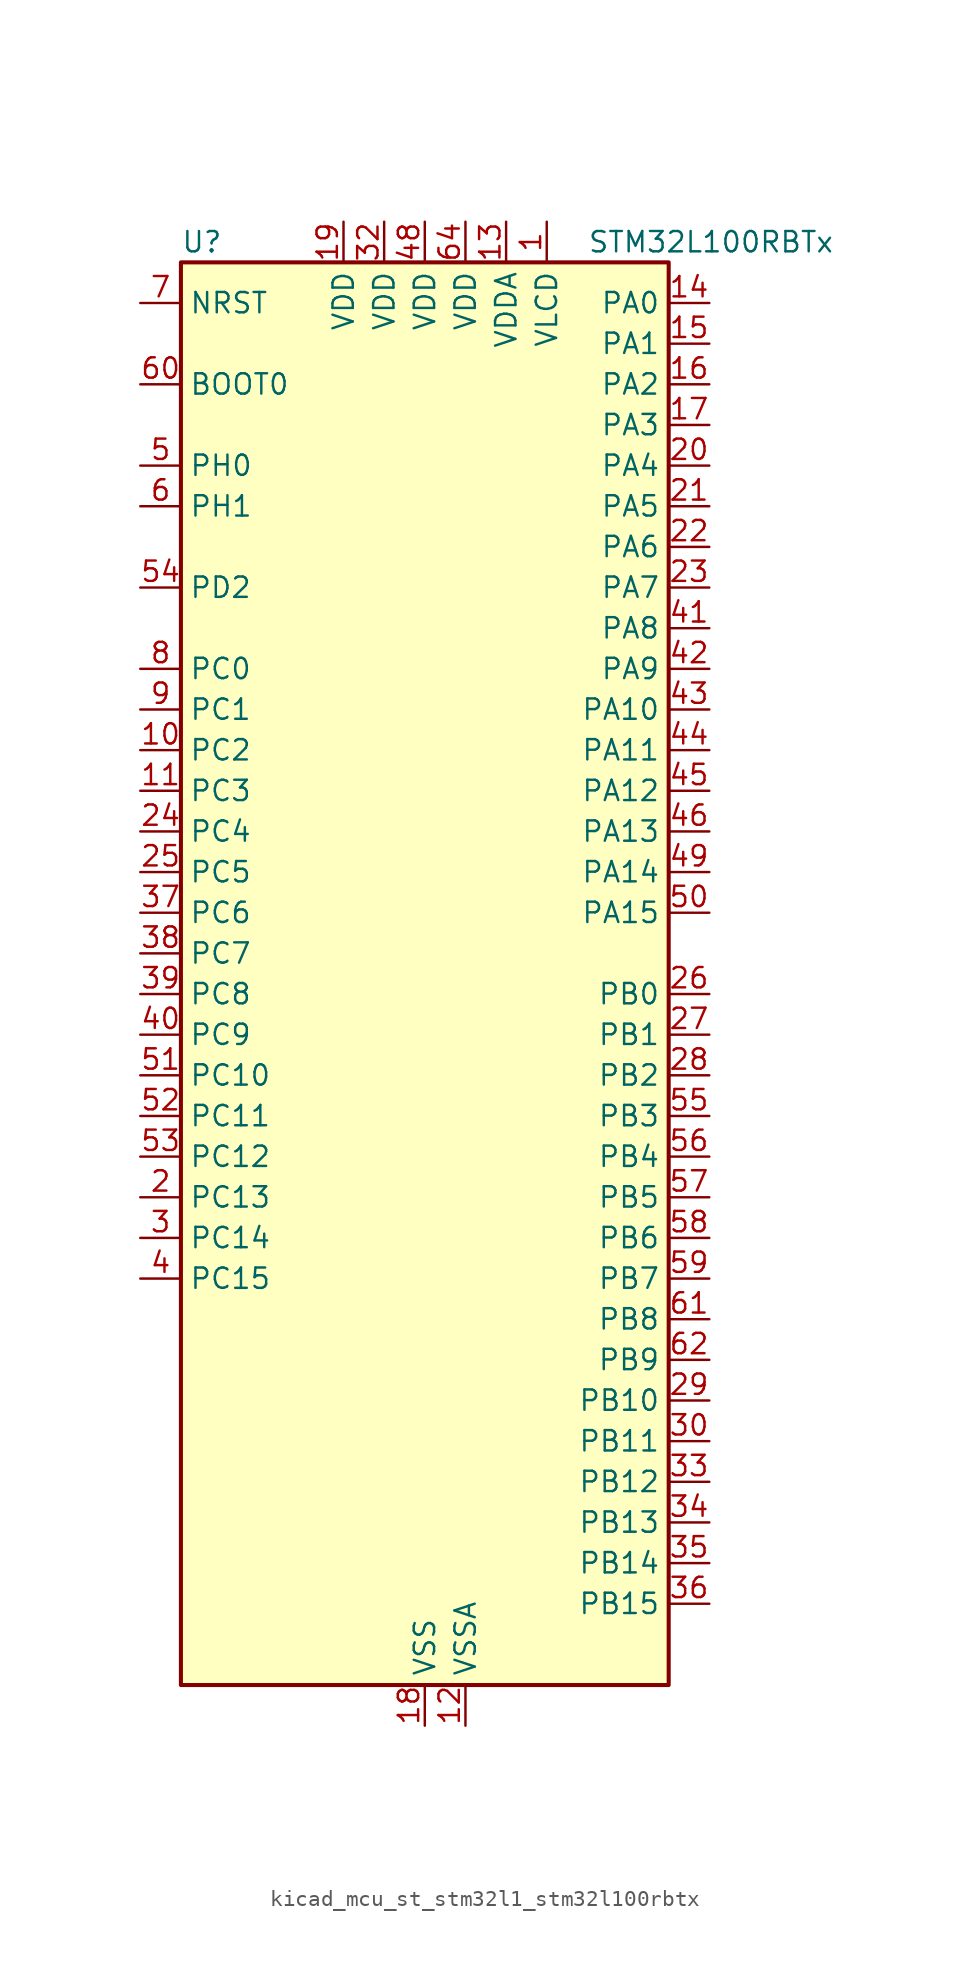
<source format=kicad_sym>
(kicad_symbol_lib
  (version 20220914)
  (generator kicad_symbol_editor)
  (symbol "kicad_mcu_st_stm32l1_stm32l100rbtx"
    (property "Reference" "U"
      (at -15.24 46.99 0)
      (effects (font (size 1.27 1.27)) (justify left)))
    (property "Value" "STM32L100RBTx"
      (at 10.16 46.99 0)
      (effects (font (size 1.27 1.27)) (justify left)))
    (property "ki_locked" ""
      (at 0 0 0)
      (effects (font (size 1.27 1.27))))
    (symbol "kicad_mcu_st_stm32l1_stm32l100rbtx_0_1"
      (rectangle (start -15.24 -43.18) (end 15.24 45.72) (stroke (width 0.254) (type default)) (fill (type background))))
    (symbol "kicad_mcu_st_stm32l1_stm32l100rbtx_1_1"
      (pin power_in line (at 7.62 48.26 270) (length 2.54) (name "VLCD" (effects (font (size 1.27 1.27)))) (number "1" (effects (font (size 1.27 1.27)))))
      (pin bidirectional line (at -17.78 15.24 0) (length 2.54) (name "PC2" (effects (font (size 1.27 1.27)))) (number "10" (effects (font (size 1.27 1.27)))) (alternate "ADC_IN12" bidirectional line) (alternate "COMP1_INP" bidirectional line) (alternate "LCD_SEG20" bidirectional line) (alternate "TIMX_IC3" bidirectional line))
      (pin bidirectional line (at -17.78 12.7 0) (length 2.54) (name "PC3" (effects (font (size 1.27 1.27)))) (number "11" (effects (font (size 1.27 1.27)))) (alternate "ADC_IN13" bidirectional line) (alternate "COMP1_INP" bidirectional line) (alternate "LCD_SEG21" bidirectional line) (alternate "TIMX_IC4" bidirectional line))
      (pin power_in line (at 2.54 -45.72 90) (length 2.54) (name "VSSA" (effects (font (size 1.27 1.27)))) (number "12" (effects (font (size 1.27 1.27)))))
      (pin power_in line (at 5.08 48.26 270) (length 2.54) (name "VDDA" (effects (font (size 1.27 1.27)))) (number "13" (effects (font (size 1.27 1.27)))))
      (pin bidirectional line (at 17.78 43.18 180) (length 2.54) (name "PA0" (effects (font (size 1.27 1.27)))) (number "14" (effects (font (size 1.27 1.27)))) (alternate "ADC_IN0" bidirectional line) (alternate "COMP1_INP" bidirectional line) (alternate "SYS_WKUP1" bidirectional line) (alternate "TIM2_CH1" bidirectional line) (alternate "TIM2_ETR" bidirectional line) (alternate "TIMX_IC1" bidirectional line) (alternate "USART2_CTS" bidirectional line))
      (pin bidirectional line (at 17.78 40.64 180) (length 2.54) (name "PA1" (effects (font (size 1.27 1.27)))) (number "15" (effects (font (size 1.27 1.27)))) (alternate "ADC_IN1" bidirectional line) (alternate "COMP1_INP" bidirectional line) (alternate "LCD_SEG0" bidirectional line) (alternate "TIM2_CH2" bidirectional line) (alternate "TIMX_IC2" bidirectional line) (alternate "USART2_RTS" bidirectional line))
      (pin bidirectional line (at 17.78 38.1 180) (length 2.54) (name "PA2" (effects (font (size 1.27 1.27)))) (number "16" (effects (font (size 1.27 1.27)))) (alternate "ADC_IN2" bidirectional line) (alternate "COMP1_INP" bidirectional line) (alternate "LCD_SEG1" bidirectional line) (alternate "TIM2_CH3" bidirectional line) (alternate "TIM9_CH1" bidirectional line) (alternate "TIMX_IC3" bidirectional line) (alternate "USART2_TX" bidirectional line))
      (pin bidirectional line (at 17.78 35.56 180) (length 2.54) (name "PA3" (effects (font (size 1.27 1.27)))) (number "17" (effects (font (size 1.27 1.27)))) (alternate "ADC_IN3" bidirectional line) (alternate "COMP1_INP" bidirectional line) (alternate "LCD_SEG2" bidirectional line) (alternate "TIM2_CH4" bidirectional line) (alternate "TIM9_CH2" bidirectional line) (alternate "TIMX_IC4" bidirectional line) (alternate "USART2_RX" bidirectional line))
      (pin power_in line (at 0 -45.72 90) (length 2.54) (name "VSS" (effects (font (size 1.27 1.27)))) (number "18" (effects (font (size 1.27 1.27)))))
      (pin power_in line (at -5.08 48.26 270) (length 2.54) (name "VDD" (effects (font (size 1.27 1.27)))) (number "19" (effects (font (size 1.27 1.27)))))
      (pin bidirectional line (at -17.78 -12.7 0) (length 2.54) (name "PC13" (effects (font (size 1.27 1.27)))) (number "2" (effects (font (size 1.27 1.27)))) (alternate "RTC_OUT_ALARM" bidirectional line) (alternate "RTC_OUT_CALIB" bidirectional line) (alternate "RTC_TAMP1" bidirectional line) (alternate "RTC_TS" bidirectional line) (alternate "SYS_WKUP2" bidirectional line) (alternate "TIMX_IC2" bidirectional line))
      (pin bidirectional line (at 17.78 33.02 180) (length 2.54) (name "PA4" (effects (font (size 1.27 1.27)))) (number "20" (effects (font (size 1.27 1.27)))) (alternate "ADC_IN4" bidirectional line) (alternate "COMP1_INP" bidirectional line) (alternate "DAC_OUT1" bidirectional line) (alternate "SPI1_NSS" bidirectional line) (alternate "TIMX_IC1" bidirectional line) (alternate "USART2_CK" bidirectional line))
      (pin bidirectional line (at 17.78 30.48 180) (length 2.54) (name "PA5" (effects (font (size 1.27 1.27)))) (number "21" (effects (font (size 1.27 1.27)))) (alternate "ADC_IN5" bidirectional line) (alternate "COMP1_INP" bidirectional line) (alternate "DAC_OUT2" bidirectional line) (alternate "SPI1_SCK" bidirectional line) (alternate "TIM2_CH1" bidirectional line) (alternate "TIM2_ETR" bidirectional line) (alternate "TIMX_IC2" bidirectional line))
      (pin bidirectional line (at 17.78 27.94 180) (length 2.54) (name "PA6" (effects (font (size 1.27 1.27)))) (number "22" (effects (font (size 1.27 1.27)))) (alternate "ADC_IN6" bidirectional line) (alternate "COMP1_INP" bidirectional line) (alternate "LCD_SEG3" bidirectional line) (alternate "SPI1_MISO" bidirectional line) (alternate "TIM10_CH1" bidirectional line) (alternate "TIM3_CH1" bidirectional line) (alternate "TIMX_IC3" bidirectional line))
      (pin bidirectional line (at 17.78 25.4 180) (length 2.54) (name "PA7" (effects (font (size 1.27 1.27)))) (number "23" (effects (font (size 1.27 1.27)))) (alternate "ADC_IN7" bidirectional line) (alternate "COMP1_INP" bidirectional line) (alternate "LCD_SEG4" bidirectional line) (alternate "SPI1_MOSI" bidirectional line) (alternate "TIM11_CH1" bidirectional line) (alternate "TIM3_CH2" bidirectional line) (alternate "TIMX_IC4" bidirectional line))
      (pin bidirectional line (at -17.78 10.16 0) (length 2.54) (name "PC4" (effects (font (size 1.27 1.27)))) (number "24" (effects (font (size 1.27 1.27)))) (alternate "ADC_IN14" bidirectional line) (alternate "COMP1_INP" bidirectional line) (alternate "LCD_SEG22" bidirectional line) (alternate "TIMX_IC1" bidirectional line))
      (pin bidirectional line (at -17.78 7.62 0) (length 2.54) (name "PC5" (effects (font (size 1.27 1.27)))) (number "25" (effects (font (size 1.27 1.27)))) (alternate "ADC_IN15" bidirectional line) (alternate "COMP1_INP" bidirectional line) (alternate "LCD_SEG23" bidirectional line) (alternate "TIMX_IC2" bidirectional line))
      (pin bidirectional line (at 17.78 0 180) (length 2.54) (name "PB0" (effects (font (size 1.27 1.27)))) (number "26" (effects (font (size 1.27 1.27)))) (alternate "ADC_IN8" bidirectional line) (alternate "COMP1_INP" bidirectional line) (alternate "LCD_SEG5" bidirectional line) (alternate "SYS_V_REF_OUT" bidirectional line) (alternate "TIM3_CH3" bidirectional line))
      (pin bidirectional line (at 17.78 -2.54 180) (length 2.54) (name "PB1" (effects (font (size 1.27 1.27)))) (number "27" (effects (font (size 1.27 1.27)))) (alternate "ADC_IN9" bidirectional line) (alternate "COMP1_INP" bidirectional line) (alternate "LCD_SEG6" bidirectional line) (alternate "SYS_V_REF_OUT" bidirectional line) (alternate "TIM3_CH4" bidirectional line))
      (pin bidirectional line (at 17.78 -5.08 180) (length 2.54) (name "PB2" (effects (font (size 1.27 1.27)))) (number "28" (effects (font (size 1.27 1.27)))))
      (pin bidirectional line (at 17.78 -25.4 180) (length 2.54) (name "PB10" (effects (font (size 1.27 1.27)))) (number "29" (effects (font (size 1.27 1.27)))) (alternate "I2C2_SCL" bidirectional line) (alternate "LCD_SEG10" bidirectional line) (alternate "TIM2_CH3" bidirectional line) (alternate "USART3_TX" bidirectional line))
      (pin bidirectional line (at -17.78 -15.24 0) (length 2.54) (name "PC14" (effects (font (size 1.27 1.27)))) (number "3" (effects (font (size 1.27 1.27)))) (alternate "RCC_OSC32_IN" bidirectional line) (alternate "TIMX_IC3" bidirectional line))
      (pin bidirectional line (at 17.78 -27.94 180) (length 2.54) (name "PB11" (effects (font (size 1.27 1.27)))) (number "30" (effects (font (size 1.27 1.27)))) (alternate "ADC_EXTI11" bidirectional line) (alternate "I2C2_SDA" bidirectional line) (alternate "LCD_SEG11" bidirectional line) (alternate "TIM2_CH4" bidirectional line) (alternate "USART3_RX" bidirectional line))
      (pin passive line (at 0 -45.72 90) (length 2.54) hide (name "VSS" (effects (font (size 1.27 1.27)))) (number "31" (effects (font (size 1.27 1.27)))))
      (pin power_in line (at -2.54 48.26 270) (length 2.54) (name "VDD" (effects (font (size 1.27 1.27)))) (number "32" (effects (font (size 1.27 1.27)))))
      (pin bidirectional line (at 17.78 -30.48 180) (length 2.54) (name "PB12" (effects (font (size 1.27 1.27)))) (number "33" (effects (font (size 1.27 1.27)))) (alternate "ADC_IN18" bidirectional line) (alternate "COMP1_INP" bidirectional line) (alternate "I2C2_SMBA" bidirectional line) (alternate "LCD_SEG12" bidirectional line) (alternate "SPI2_NSS" bidirectional line) (alternate "TIM10_CH1" bidirectional line) (alternate "USART3_CK" bidirectional line))
      (pin bidirectional line (at 17.78 -33.02 180) (length 2.54) (name "PB13" (effects (font (size 1.27 1.27)))) (number "34" (effects (font (size 1.27 1.27)))) (alternate "ADC_IN19" bidirectional line) (alternate "COMP1_INP" bidirectional line) (alternate "LCD_SEG13" bidirectional line) (alternate "SPI2_SCK" bidirectional line) (alternate "TIM9_CH1" bidirectional line) (alternate "USART3_CTS" bidirectional line))
      (pin bidirectional line (at 17.78 -35.56 180) (length 2.54) (name "PB14" (effects (font (size 1.27 1.27)))) (number "35" (effects (font (size 1.27 1.27)))) (alternate "ADC_IN20" bidirectional line) (alternate "COMP1_INP" bidirectional line) (alternate "LCD_SEG14" bidirectional line) (alternate "SPI2_MISO" bidirectional line) (alternate "TIM9_CH2" bidirectional line) (alternate "USART3_RTS" bidirectional line))
      (pin bidirectional line (at 17.78 -38.1 180) (length 2.54) (name "PB15" (effects (font (size 1.27 1.27)))) (number "36" (effects (font (size 1.27 1.27)))) (alternate "ADC_EXTI15" bidirectional line) (alternate "ADC_IN21" bidirectional line) (alternate "COMP1_INP" bidirectional line) (alternate "LCD_SEG15" bidirectional line) (alternate "RTC_REFIN" bidirectional line) (alternate "SPI2_MOSI" bidirectional line) (alternate "TIM11_CH1" bidirectional line))
      (pin bidirectional line (at -17.78 5.08 0) (length 2.54) (name "PC6" (effects (font (size 1.27 1.27)))) (number "37" (effects (font (size 1.27 1.27)))) (alternate "LCD_SEG24" bidirectional line) (alternate "TIM3_CH1" bidirectional line) (alternate "TIMX_IC3" bidirectional line))
      (pin bidirectional line (at -17.78 2.54 0) (length 2.54) (name "PC7" (effects (font (size 1.27 1.27)))) (number "38" (effects (font (size 1.27 1.27)))) (alternate "LCD_SEG25" bidirectional line) (alternate "TIM3_CH2" bidirectional line) (alternate "TIMX_IC4" bidirectional line))
      (pin bidirectional line (at -17.78 0 0) (length 2.54) (name "PC8" (effects (font (size 1.27 1.27)))) (number "39" (effects (font (size 1.27 1.27)))) (alternate "LCD_SEG26" bidirectional line) (alternate "TIM3_CH3" bidirectional line) (alternate "TIMX_IC1" bidirectional line))
      (pin bidirectional line (at -17.78 -17.78 0) (length 2.54) (name "PC15" (effects (font (size 1.27 1.27)))) (number "4" (effects (font (size 1.27 1.27)))) (alternate "ADC_EXTI15" bidirectional line) (alternate "RCC_OSC32_OUT" bidirectional line) (alternate "TIMX_IC4" bidirectional line))
      (pin bidirectional line (at -17.78 -2.54 0) (length 2.54) (name "PC9" (effects (font (size 1.27 1.27)))) (number "40" (effects (font (size 1.27 1.27)))) (alternate "DAC_EXTI9" bidirectional line) (alternate "LCD_SEG27" bidirectional line) (alternate "TIM3_CH4" bidirectional line) (alternate "TIMX_IC2" bidirectional line))
      (pin bidirectional line (at 17.78 22.86 180) (length 2.54) (name "PA8" (effects (font (size 1.27 1.27)))) (number "41" (effects (font (size 1.27 1.27)))) (alternate "LCD_COM0" bidirectional line) (alternate "RCC_MCO" bidirectional line) (alternate "TIMX_IC1" bidirectional line) (alternate "USART1_CK" bidirectional line))
      (pin bidirectional line (at 17.78 20.32 180) (length 2.54) (name "PA9" (effects (font (size 1.27 1.27)))) (number "42" (effects (font (size 1.27 1.27)))) (alternate "DAC_EXTI9" bidirectional line) (alternate "LCD_COM1" bidirectional line) (alternate "TIMX_IC2" bidirectional line) (alternate "USART1_TX" bidirectional line))
      (pin bidirectional line (at 17.78 17.78 180) (length 2.54) (name "PA10" (effects (font (size 1.27 1.27)))) (number "43" (effects (font (size 1.27 1.27)))) (alternate "LCD_COM2" bidirectional line) (alternate "TIMX_IC3" bidirectional line) (alternate "USART1_RX" bidirectional line))
      (pin bidirectional line (at 17.78 15.24 180) (length 2.54) (name "PA11" (effects (font (size 1.27 1.27)))) (number "44" (effects (font (size 1.27 1.27)))) (alternate "ADC_EXTI11" bidirectional line) (alternate "SPI1_MISO" bidirectional line) (alternate "TIMX_IC4" bidirectional line) (alternate "USART1_CTS" bidirectional line) (alternate "USB_DM" bidirectional line))
      (pin bidirectional line (at 17.78 12.7 180) (length 2.54) (name "PA12" (effects (font (size 1.27 1.27)))) (number "45" (effects (font (size 1.27 1.27)))) (alternate "SPI1_MOSI" bidirectional line) (alternate "TIMX_IC1" bidirectional line) (alternate "USART1_RTS" bidirectional line) (alternate "USB_DP" bidirectional line))
      (pin bidirectional line (at 17.78 10.16 180) (length 2.54) (name "PA13" (effects (font (size 1.27 1.27)))) (number "46" (effects (font (size 1.27 1.27)))) (alternate "SYS_JTMS-SWDIO" bidirectional line) (alternate "TIMX_IC2" bidirectional line))
      (pin passive line (at 0 -45.72 90) (length 2.54) hide (name "VSS" (effects (font (size 1.27 1.27)))) (number "47" (effects (font (size 1.27 1.27)))))
      (pin power_in line (at 0 48.26 270) (length 2.54) (name "VDD" (effects (font (size 1.27 1.27)))) (number "48" (effects (font (size 1.27 1.27)))))
      (pin bidirectional line (at 17.78 7.62 180) (length 2.54) (name "PA14" (effects (font (size 1.27 1.27)))) (number "49" (effects (font (size 1.27 1.27)))) (alternate "SYS_JTCK-SWCLK" bidirectional line) (alternate "TIMX_IC3" bidirectional line))
      (pin bidirectional line (at -17.78 33.02 0) (length 2.54) (name "PH0" (effects (font (size 1.27 1.27)))) (number "5" (effects (font (size 1.27 1.27)))) (alternate "RCC_OSC_IN" bidirectional line))
      (pin bidirectional line (at 17.78 5.08 180) (length 2.54) (name "PA15" (effects (font (size 1.27 1.27)))) (number "50" (effects (font (size 1.27 1.27)))) (alternate "ADC_EXTI15" bidirectional line) (alternate "LCD_SEG17" bidirectional line) (alternate "SPI1_NSS" bidirectional line) (alternate "SYS_JTDI" bidirectional line) (alternate "TIM2_CH1" bidirectional line) (alternate "TIM2_ETR" bidirectional line) (alternate "TIMX_IC4" bidirectional line))
      (pin bidirectional line (at -17.78 -5.08 0) (length 2.54) (name "PC10" (effects (font (size 1.27 1.27)))) (number "51" (effects (font (size 1.27 1.27)))) (alternate "LCD_COM4" bidirectional line) (alternate "LCD_SEG28" bidirectional line) (alternate "TIMX_IC3" bidirectional line) (alternate "USART3_TX" bidirectional line))
      (pin bidirectional line (at -17.78 -7.62 0) (length 2.54) (name "PC11" (effects (font (size 1.27 1.27)))) (number "52" (effects (font (size 1.27 1.27)))) (alternate "ADC_EXTI11" bidirectional line) (alternate "LCD_COM5" bidirectional line) (alternate "LCD_SEG29" bidirectional line) (alternate "TIMX_IC4" bidirectional line) (alternate "USART3_RX" bidirectional line))
      (pin bidirectional line (at -17.78 -10.16 0) (length 2.54) (name "PC12" (effects (font (size 1.27 1.27)))) (number "53" (effects (font (size 1.27 1.27)))) (alternate "LCD_COM6" bidirectional line) (alternate "LCD_SEG30" bidirectional line) (alternate "TIMX_IC1" bidirectional line) (alternate "USART3_CK" bidirectional line))
      (pin bidirectional line (at -17.78 25.4 0) (length 2.54) (name "PD2" (effects (font (size 1.27 1.27)))) (number "54" (effects (font (size 1.27 1.27)))) (alternate "LCD_COM7" bidirectional line) (alternate "LCD_SEG31" bidirectional line) (alternate "TIM3_ETR" bidirectional line) (alternate "TIMX_IC3" bidirectional line))
      (pin bidirectional line (at 17.78 -7.62 180) (length 2.54) (name "PB3" (effects (font (size 1.27 1.27)))) (number "55" (effects (font (size 1.27 1.27)))) (alternate "COMP2_INM" bidirectional line) (alternate "LCD_SEG7" bidirectional line) (alternate "SPI1_SCK" bidirectional line) (alternate "SYS_JTDO-TRACESWO" bidirectional line) (alternate "TIM2_CH2" bidirectional line))
      (pin bidirectional line (at 17.78 -10.16 180) (length 2.54) (name "PB4" (effects (font (size 1.27 1.27)))) (number "56" (effects (font (size 1.27 1.27)))) (alternate "COMP2_INP" bidirectional line) (alternate "LCD_SEG8" bidirectional line) (alternate "SPI1_MISO" bidirectional line) (alternate "SYS_JTRST" bidirectional line) (alternate "TIM3_CH1" bidirectional line))
      (pin bidirectional line (at 17.78 -12.7 180) (length 2.54) (name "PB5" (effects (font (size 1.27 1.27)))) (number "57" (effects (font (size 1.27 1.27)))) (alternate "COMP2_INP" bidirectional line) (alternate "I2C1_SMBA" bidirectional line) (alternate "LCD_SEG9" bidirectional line) (alternate "SPI1_MOSI" bidirectional line) (alternate "TIM3_CH2" bidirectional line))
      (pin bidirectional line (at 17.78 -15.24 180) (length 2.54) (name "PB6" (effects (font (size 1.27 1.27)))) (number "58" (effects (font (size 1.27 1.27)))) (alternate "I2C1_SCL" bidirectional line) (alternate "TIM4_CH1" bidirectional line) (alternate "USART1_TX" bidirectional line))
      (pin bidirectional line (at 17.78 -17.78 180) (length 2.54) (name "PB7" (effects (font (size 1.27 1.27)))) (number "59" (effects (font (size 1.27 1.27)))) (alternate "I2C1_SDA" bidirectional line) (alternate "SYS_PVD_IN" bidirectional line) (alternate "TIM4_CH2" bidirectional line) (alternate "USART1_RX" bidirectional line))
      (pin bidirectional line (at -17.78 30.48 0) (length 2.54) (name "PH1" (effects (font (size 1.27 1.27)))) (number "6" (effects (font (size 1.27 1.27)))) (alternate "RCC_OSC_OUT" bidirectional line))
      (pin input line (at -17.78 38.1 0) (length 2.54) (name "BOOT0" (effects (font (size 1.27 1.27)))) (number "60" (effects (font (size 1.27 1.27)))))
      (pin bidirectional line (at 17.78 -20.32 180) (length 2.54) (name "PB8" (effects (font (size 1.27 1.27)))) (number "61" (effects (font (size 1.27 1.27)))) (alternate "I2C1_SCL" bidirectional line) (alternate "LCD_SEG16" bidirectional line) (alternate "TIM10_CH1" bidirectional line) (alternate "TIM4_CH3" bidirectional line))
      (pin bidirectional line (at 17.78 -22.86 180) (length 2.54) (name "PB9" (effects (font (size 1.27 1.27)))) (number "62" (effects (font (size 1.27 1.27)))) (alternate "DAC_EXTI9" bidirectional line) (alternate "I2C1_SDA" bidirectional line) (alternate "LCD_COM3" bidirectional line) (alternate "TIM11_CH1" bidirectional line) (alternate "TIM4_CH4" bidirectional line))
      (pin passive line (at 0 -45.72 90) (length 2.54) hide (name "VSS" (effects (font (size 1.27 1.27)))) (number "63" (effects (font (size 1.27 1.27)))))
      (pin power_in line (at 2.54 48.26 270) (length 2.54) (name "VDD" (effects (font (size 1.27 1.27)))) (number "64" (effects (font (size 1.27 1.27)))))
      (pin input line (at -17.78 43.18 0) (length 2.54) (name "NRST" (effects (font (size 1.27 1.27)))) (number "7" (effects (font (size 1.27 1.27)))))
      (pin bidirectional line (at -17.78 20.32 0) (length 2.54) (name "PC0" (effects (font (size 1.27 1.27)))) (number "8" (effects (font (size 1.27 1.27)))) (alternate "ADC_IN10" bidirectional line) (alternate "COMP1_INP" bidirectional line) (alternate "LCD_SEG18" bidirectional line) (alternate "TIMX_IC1" bidirectional line))
      (pin bidirectional line (at -17.78 17.78 0) (length 2.54) (name "PC1" (effects (font (size 1.27 1.27)))) (number "9" (effects (font (size 1.27 1.27)))) (alternate "ADC_IN11" bidirectional line) (alternate "COMP1_INP" bidirectional line) (alternate "LCD_SEG19" bidirectional line) (alternate "TIMX_IC2" bidirectional line)))))
</source>
